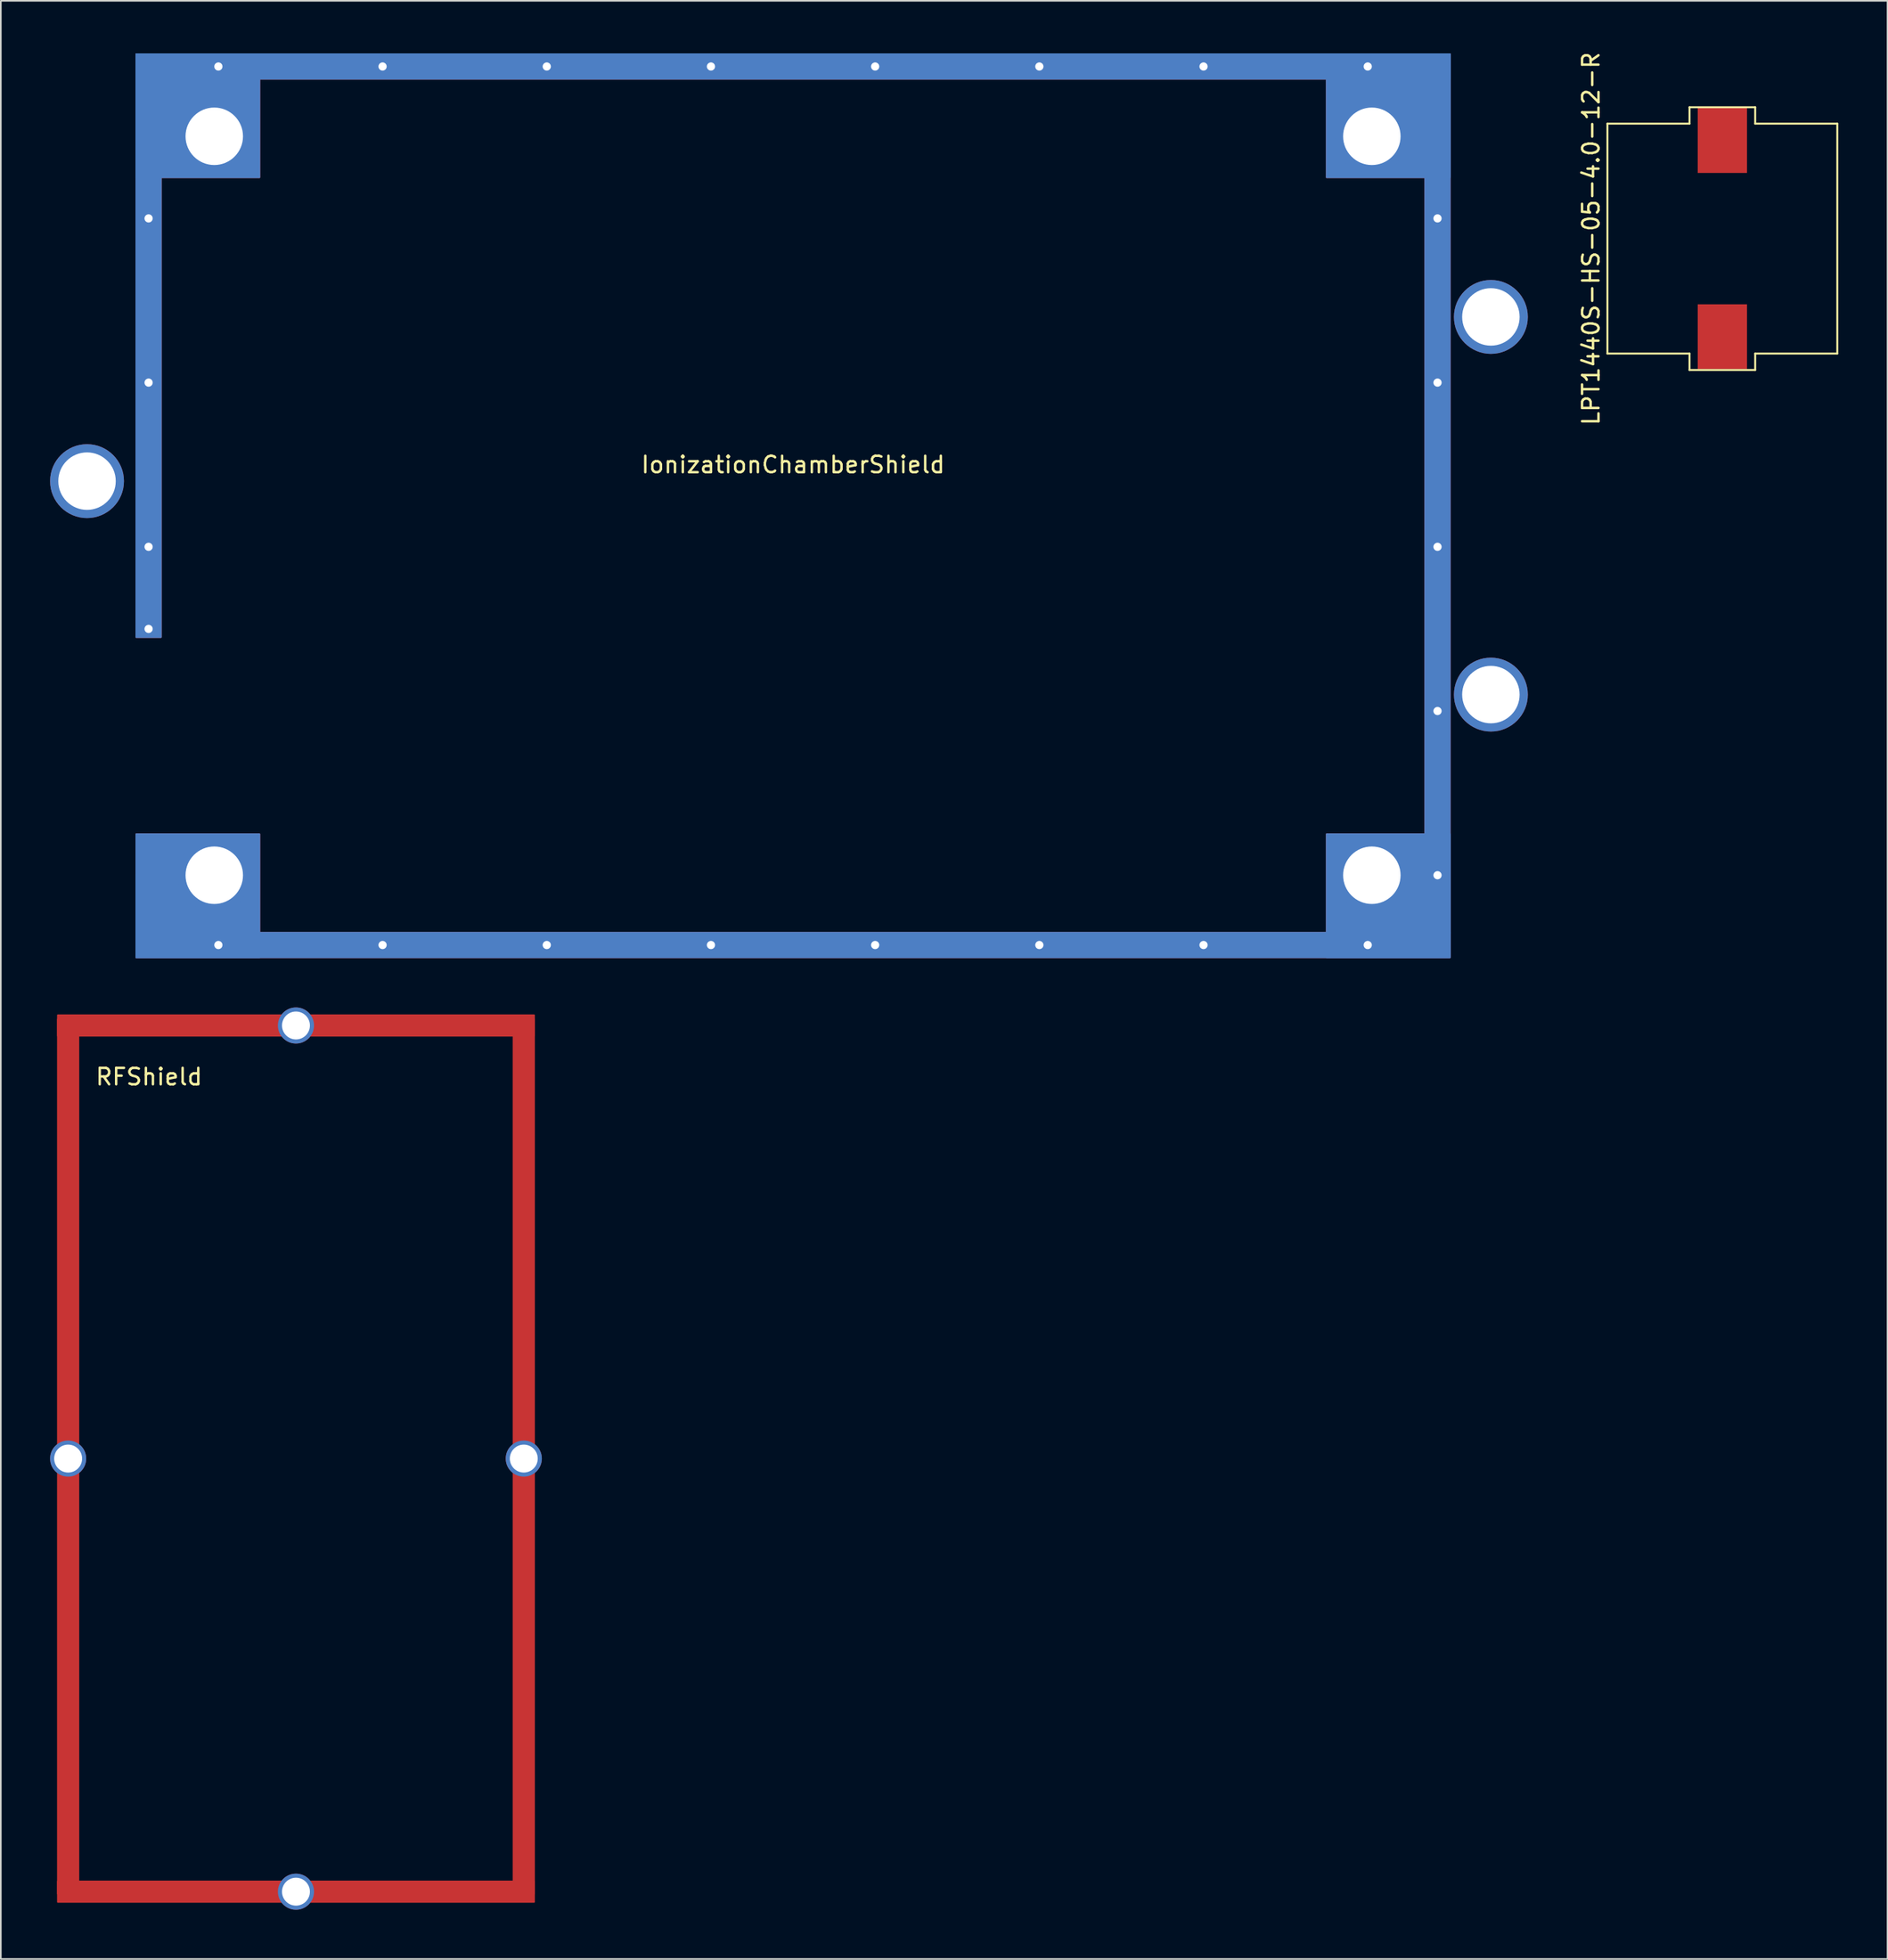
<source format=kicad_pcb>
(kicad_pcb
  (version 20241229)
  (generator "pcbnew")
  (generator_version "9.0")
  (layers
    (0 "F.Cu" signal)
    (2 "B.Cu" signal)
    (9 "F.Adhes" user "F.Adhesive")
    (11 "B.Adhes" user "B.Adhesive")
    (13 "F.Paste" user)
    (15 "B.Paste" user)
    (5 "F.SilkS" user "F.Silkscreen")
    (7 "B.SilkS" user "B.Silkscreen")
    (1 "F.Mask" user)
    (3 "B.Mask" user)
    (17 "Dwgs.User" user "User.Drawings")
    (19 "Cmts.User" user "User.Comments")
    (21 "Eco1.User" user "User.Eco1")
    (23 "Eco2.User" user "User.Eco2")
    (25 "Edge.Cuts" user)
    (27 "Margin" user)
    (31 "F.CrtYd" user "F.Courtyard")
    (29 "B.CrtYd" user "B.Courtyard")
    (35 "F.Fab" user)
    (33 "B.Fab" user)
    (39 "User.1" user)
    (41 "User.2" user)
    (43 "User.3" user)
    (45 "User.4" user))
  (footprint "RFShield"
    (layer "F.Cu")
    (at 0.475 58.775)
    (property "Reference" "RFShield" (at 5.55 3.75 0) (layer "F.SilkS") (effects (font (size 1 1) (thickness 0.15))))
    (attr through_hole)
    (fp_poly (pts (xy 1.25 0.25) (xy 1.25 53.5) (xy 0 53.5) (xy 0 0.25)) (stroke (width 0.1) (type solid)) (fill yes) (layer "F.Cu"))
    (fp_poly (pts (xy 29 0) (xy 29 1.25) (xy 0 1.25) (xy 0 0)) (stroke (width 0.1) (type solid)) (fill yes) (layer "F.Cu"))
    (fp_poly (pts (xy 29 0.25) (xy 29 53.5) (xy 27.75 53.5) (xy 27.75 0.25)) (stroke (width 0.1) (type solid)) (fill yes) (layer "F.Cu"))
    (fp_poly (pts (xy 29 52.75) (xy 29 54) (xy 0 54) (xy 0 52.75)) (stroke (width 0.1) (type solid)) (fill yes) (layer "F.Cu"))
    (fp_poly (pts (xy 1.25 0) (xy 1.25 53.25) (xy 0 53.25) (xy 0 0)) (stroke (width 0.1) (type solid)) (fill yes) (layer "F.Mask"))
    (fp_poly (pts (xy 29.01 0) (xy 29.01 53.25) (xy 27.76 53.25) (xy 27.76 0)) (stroke (width 0.1) (type solid)) (fill yes) (layer "F.Mask"))
    (fp_poly (pts (xy 29.01 0.01) (xy 29.01 1.26) (xy 0.01 1.26) (xy 0.01 0.01)) (stroke (width 0.1) (type solid)) (fill yes) (layer "F.Mask"))
    (fp_poly (pts (xy 29.01 52.75) (xy 29.01 54) (xy 0.01 54) (xy 0.01 52.75)) (stroke (width 0.1) (type solid)) (fill yes) (layer "F.Mask"))
    (pad "1" thru_hole circle (at 0.625 27) (size 2.2 2.2) (drill 1.7) (layers "*.Cu" "*.Mask"))
    (pad "1" thru_hole circle (at 14.5 0.625) (size 2.2 2.2) (drill 1.7) (layers "*.Cu" "*.Mask"))
    (pad "1" thru_hole circle (at 14.5 53.375) (size 2.2 2.2) (drill 1.7) (layers "*.Cu" "*.Mask"))
    (pad "1" thru_hole circle (at 28.375 27) (size 2.2 2.2) (drill 1.7) (layers "*.Cu" "*.Mask")))
  (footprint "LPT1440S-HS-05-4.0-12-R"
    (layer "F.Cu")
    (at 101.848 11.482)
    (property "Reference" "LPT1440S-HS-05-4.0-12-R" (at -8 0 90) (layer "F.SilkS") (effects (font (size 1 1) (thickness 0.15))))
    (attr through_hole)
    (fp_line (start -7 -7) (end -7 7) (stroke (width 0.12) (type solid)) (layer "F.SilkS"))
    (fp_line (start -7 7) (end -2 7) (stroke (width 0.12) (type solid)) (layer "F.SilkS"))
    (fp_line (start -2 -8) (end -2 -7) (stroke (width 0.12) (type solid)) (layer "F.SilkS"))
    (fp_line (start -2 -7) (end -7 -7) (stroke (width 0.12) (type solid)) (layer "F.SilkS"))
    (fp_line (start -2 7) (end -2 8) (stroke (width 0.12) (type solid)) (layer "F.SilkS"))
    (fp_line (start -2 8) (end 2 8) (stroke (width 0.12) (type solid)) (layer "F.SilkS"))
    (fp_line (start 2 -8) (end -2 -8) (stroke (width 0.12) (type solid)) (layer "F.SilkS"))
    (fp_line (start 2 -7) (end 2 -8) (stroke (width 0.12) (type solid)) (layer "F.SilkS"))
    (fp_line (start 2 7) (end 7 7) (stroke (width 0.12) (type solid)) (layer "F.SilkS"))
    (fp_line (start 2 8) (end 2 7) (stroke (width 0.12) (type solid)) (layer "F.SilkS"))
    (fp_line (start 7 -7) (end 2 -7) (stroke (width 0.12) (type solid)) (layer "F.SilkS"))
    (fp_line (start 7 7) (end 7 -7) (stroke (width 0.12) (type solid)) (layer "F.SilkS"))
    (pad "1" smd rect (at 0 5.975) (size 3 3.95) (layers "F.Cu" "F.Mask" "F.Paste"))
    (pad "2" smd rect (at 0 -5.975) (size 3 3.95) (layers "F.Cu" "F.Mask" "F.Paste")))
  (footprint "IonizationChamberShield"
    (layer "F.Cu")
    (at 5.25 0.25)
    (property "Reference" "IonizationChamberShield" (at 40 25 0) (layer "F.SilkS") (effects (font (size 1 1) (thickness 0.15))))
    (attr through_hole)
    (fp_poly (pts (xy 0 1.5) (xy 1.5 1.5) (xy 1.5 35.5) (xy 0 35.5)) (stroke (width 0.1) (type solid)) (fill yes) (layer "F.Cu"))
    (fp_poly (pts (xy 0 1.5) (xy 80 1.5) (xy 80 0) (xy 0 0)) (stroke (width 0.1) (type solid)) (fill yes) (layer "F.Cu"))
    (fp_poly (pts (xy 0 53.5) (xy 1.5 53.5) (xy 1.5 50) (xy 0 50)) (stroke (width 0.1) (type solid)) (fill yes) (layer "F.Cu"))
    (fp_poly (pts (xy 0 55) (xy 0 47.5) (xy 7.5 47.5) (xy 7.5 55)) (stroke (width 0.1) (type solid)) (fill yes) (layer "F.Cu"))
    (fp_poly (pts (xy 0 55) (xy 80 55) (xy 80 53.5) (xy 0 53.5)) (stroke (width 0.1) (type solid)) (fill yes) (layer "F.Cu"))
    (fp_poly (pts (xy 7.5 0) (xy 7.5 7.5) (xy 0 7.5) (xy 0 0)) (stroke (width 0.1) (type solid)) (fill yes) (layer "F.Cu"))
    (fp_poly (pts (xy 80 0) (xy 78.5 0) (xy 78.5 53.5) (xy 80 53.5)) (stroke (width 0.1) (type solid)) (fill yes) (layer "F.Cu"))
    (fp_poly (pts (xy 80 7.5) (xy 72.5 7.5) (xy 72.5 0) (xy 80 0)) (stroke (width 0.1) (type solid)) (fill yes) (layer "F.Cu"))
    (fp_poly (pts (xy 80 55) (xy 72.5 55) (xy 72.5 47.5) (xy 80 47.5)) (stroke (width 0.1) (type solid)) (fill yes) (layer "F.Cu"))
    (fp_poly (pts (xy 0 1.5) (xy 1.5 1.5) (xy 1.5 35.5) (xy 0 35.5)) (stroke (width 0.1) (type solid)) (fill yes) (layer "F.Mask"))
    (fp_poly (pts (xy 0 1.5) (xy 80 1.5) (xy 80 0) (xy 0 0)) (stroke (width 0.1) (type solid)) (fill yes) (layer "F.Mask"))
    (fp_poly (pts (xy 0 53.5) (xy 1.5 53.5) (xy 1.5 50) (xy 0 50)) (stroke (width 0.1) (type solid)) (fill yes) (layer "F.Mask"))
    (fp_poly (pts (xy 0 55) (xy 0 47.5) (xy 7.5 47.5) (xy 7.5 55)) (stroke (width 0.1) (type solid)) (fill yes) (layer "F.Mask"))
    (fp_poly (pts (xy 0 55) (xy 80 55) (xy 80 53.5) (xy 0 53.5)) (stroke (width 0.1) (type solid)) (fill yes) (layer "F.Mask"))
    (fp_poly (pts (xy 7.5 0) (xy 7.5 7.5) (xy 0 7.5) (xy 0 0)) (stroke (width 0.1) (type solid)) (fill yes) (layer "F.Mask"))
    (fp_poly (pts (xy 80 0) (xy 78.5 0) (xy 78.5 53.5) (xy 80 53.5)) (stroke (width 0.1) (type solid)) (fill yes) (layer "F.Mask"))
    (fp_poly (pts (xy 80 7.5) (xy 72.5 7.5) (xy 72.5 0) (xy 80 0)) (stroke (width 0.1) (type solid)) (fill yes) (layer "F.Mask"))
    (fp_poly (pts (xy 80 55) (xy 72.5 55) (xy 72.5 47.5) (xy 80 47.5)) (stroke (width 0.1) (type solid)) (fill yes) (layer "F.Mask"))
    (fp_poly (pts (xy 0 1.5) (xy 1.5 1.5) (xy 1.5 35.5) (xy 0 35.5)) (stroke (width 0.1) (type solid)) (fill yes) (layer "B.Cu"))
    (fp_poly (pts (xy 0 1.5) (xy 80 1.5) (xy 80 0) (xy 0 0)) (stroke (width 0.1) (type solid)) (fill yes) (layer "B.Cu"))
    (fp_poly (pts (xy 0 53.5) (xy 1.5 53.5) (xy 1.5 50) (xy 0 50)) (stroke (width 0.1) (type solid)) (fill yes) (layer "B.Cu"))
    (fp_poly (pts (xy 0 55) (xy 0 47.5) (xy 7.5 47.5) (xy 7.5 55)) (stroke (width 0.1) (type solid)) (fill yes) (layer "B.Cu"))
    (fp_poly (pts (xy 0 55) (xy 80 55) (xy 80 53.5) (xy 0 53.5)) (stroke (width 0.1) (type solid)) (fill yes) (layer "B.Cu"))
    (fp_poly (pts (xy 7.5 0) (xy 7.5 7.5) (xy 0 7.5) (xy 0 0)) (stroke (width 0.1) (type solid)) (fill yes) (layer "B.Cu"))
    (fp_poly (pts (xy 80 0) (xy 78.5 0) (xy 78.5 53.5) (xy 80 53.5)) (stroke (width 0.1) (type solid)) (fill yes) (layer "B.Cu"))
    (fp_poly (pts (xy 80 7.5) (xy 72.5 7.5) (xy 72.5 0) (xy 80 0)) (stroke (width 0.1) (type solid)) (fill yes) (layer "B.Cu"))
    (fp_poly (pts (xy 80 55) (xy 72.5 55) (xy 72.5 47.5) (xy 80 47.5)) (stroke (width 0.1) (type solid)) (fill yes) (layer "B.Cu"))
    (fp_poly (pts (xy 0 1.5) (xy 1.5 1.5) (xy 1.5 35.5) (xy 0 35.5)) (stroke (width 0.1) (type solid)) (fill yes) (layer "B.Mask"))
    (fp_poly (pts (xy 0 1.5) (xy 80 1.5) (xy 80 0) (xy 0 0)) (stroke (width 0.1) (type solid)) (fill yes) (layer "B.Mask"))
    (fp_poly (pts (xy 0 53.5) (xy 1.5 53.5) (xy 1.5 50) (xy 0 50)) (stroke (width 0.1) (type solid)) (fill yes) (layer "B.Mask"))
    (fp_poly (pts (xy 0 55) (xy 0 47.5) (xy 7.5 47.5) (xy 7.5 55)) (stroke (width 0.1) (type solid)) (fill yes) (layer "B.Mask"))
    (fp_poly (pts (xy 0 55) (xy 80 55) (xy 80 53.5) (xy 0 53.5)) (stroke (width 0.1) (type solid)) (fill yes) (layer "B.Mask"))
    (fp_poly (pts (xy 7.5 0) (xy 7.5 7.5) (xy 0 7.5) (xy 0 0)) (stroke (width 0.1) (type solid)) (fill yes) (layer "B.Mask"))
    (fp_poly (pts (xy 80 0) (xy 78.5 0) (xy 78.5 53.5) (xy 80 53.5)) (stroke (width 0.1) (type solid)) (fill yes) (layer "B.Mask"))
    (fp_poly (pts (xy 80 7.5) (xy 72.5 7.5) (xy 72.5 0) (xy 80 0)) (stroke (width 0.1) (type solid)) (fill yes) (layer "B.Mask"))
    (fp_poly (pts (xy 80 55) (xy 72.5 55) (xy 72.5 47.5) (xy 80 47.5)) (stroke (width 0.1) (type solid)) (fill yes) (layer "B.Mask"))
    (pad "" np_thru_hole circle (at -3 26) (size 4.5 4.5) (drill 3.5) (layers "*.Cu" "*.Mask"))
    (pad "" np_thru_hole circle (at 0.75 10) (size 1 1) (drill 0.5) (layers "*.Cu" "*.Mask"))
    (pad "" np_thru_hole circle (at 0.75 20) (size 1 1) (drill 0.5) (layers "*.Cu" "*.Mask"))
    (pad "" np_thru_hole circle (at 0.75 30) (size 1 1) (drill 0.5) (layers "*.Cu" "*.Mask"))
    (pad "" np_thru_hole circle (at 0.75 35) (size 1 1) (drill 0.5) (layers "*.Cu" "*.Mask"))
    (pad "" np_thru_hole circle (at 4.75 5) (size 4.5 4.5) (drill 3.5) (layers "*.Cu" "*.Mask"))
    (pad "" np_thru_hole circle (at 4.75 50) (size 4.5 4.5) (drill 3.5) (layers "*.Cu" "*.Mask"))
    (pad "" np_thru_hole circle (at 5 0.75) (size 1 1) (drill 0.5) (layers "*.Cu" "*.Mask"))
    (pad "" np_thru_hole circle (at 5 54.25) (size 1 1) (drill 0.5) (layers "*.Cu" "*.Mask"))
    (pad "" np_thru_hole circle (at 15 0.75) (size 1 1) (drill 0.5) (layers "*.Cu" "*.Mask"))
    (pad "" np_thru_hole circle (at 15 54.25) (size 1 1) (drill 0.5) (layers "*.Cu" "*.Mask"))
    (pad "" np_thru_hole circle (at 25 0.75) (size 1 1) (drill 0.5) (layers "*.Cu" "*.Mask"))
    (pad "" np_thru_hole circle (at 25 54.25) (size 1 1) (drill 0.5) (layers "*.Cu" "*.Mask"))
    (pad "" np_thru_hole circle (at 35 0.75) (size 1 1) (drill 0.5) (layers "*.Cu" "*.Mask"))
    (pad "" np_thru_hole circle (at 35 54.25) (size 1 1) (drill 0.5) (layers "*.Cu" "*.Mask"))
    (pad "" np_thru_hole circle (at 45 0.75) (size 1 1) (drill 0.5) (layers "*.Cu" "*.Mask"))
    (pad "" np_thru_hole circle (at 45 54.25) (size 1 1) (drill 0.5) (layers "*.Cu" "*.Mask"))
    (pad "" np_thru_hole circle (at 55 0.75) (size 1 1) (drill 0.5) (layers "*.Cu" "*.Mask"))
    (pad "" np_thru_hole circle (at 65 0.75) (size 1 1) (drill 0.5) (layers "*.Cu" "*.Mask"))
    (pad "" np_thru_hole circle (at 65 54.25) (size 1 1) (drill 0.5) (layers "*.Cu" "*.Mask"))
    (pad "" np_thru_hole circle (at 75 0.75) (size 1 1) (drill 0.5) (layers "*.Cu" "*.Mask"))
    (pad "" np_thru_hole circle (at 75 54.25) (size 1 1) (drill 0.5) (layers "*.Cu" "*.Mask"))
    (pad "" np_thru_hole circle (at 75.25 5) (size 4.5 4.5) (drill 3.5) (layers "*.Cu" "*.Mask"))
    (pad "" np_thru_hole circle (at 75.25 50) (size 4.5 4.5) (drill 3.5) (layers "*.Cu" "*.Mask"))
    (pad "" np_thru_hole circle (at 79.25 10) (size 1 1) (drill 0.5) (layers "*.Cu" "*.Mask"))
    (pad "" np_thru_hole circle (at 79.25 20) (size 1 1) (drill 0.5) (layers "*.Cu" "*.Mask"))
    (pad "" np_thru_hole circle (at 79.25 30) (size 1 1) (drill 0.5) (layers "*.Cu" "*.Mask"))
    (pad "" np_thru_hole circle (at 79.25 40) (size 1 1) (drill 0.5) (layers "*.Cu" "*.Mask"))
    (pad "" np_thru_hole circle (at 79.25 50) (size 1 1) (drill 0.5) (layers "*.Cu" "*.Mask"))
    (pad "" np_thru_hole circle (at 82.5 16) (size 4.5 4.5) (drill 3.5) (layers "*.Cu" "*.Mask"))
    (pad "" np_thru_hole circle (at 82.5 39) (size 4.5 4.5) (drill 3.5) (layers "*.Cu" "*.Mask"))
    (pad "1" thru_hole circle (at 55 54.25) (size 1 1) (drill 0.5) (layers "*.Cu" "*.Mask")))
  (gr_rect
    (start -3 -3)
    (end 111.908 116.25)
    (stroke (width 0.1) (type default))
    (fill no)
    (layer "Edge.Cuts")))
</source>
